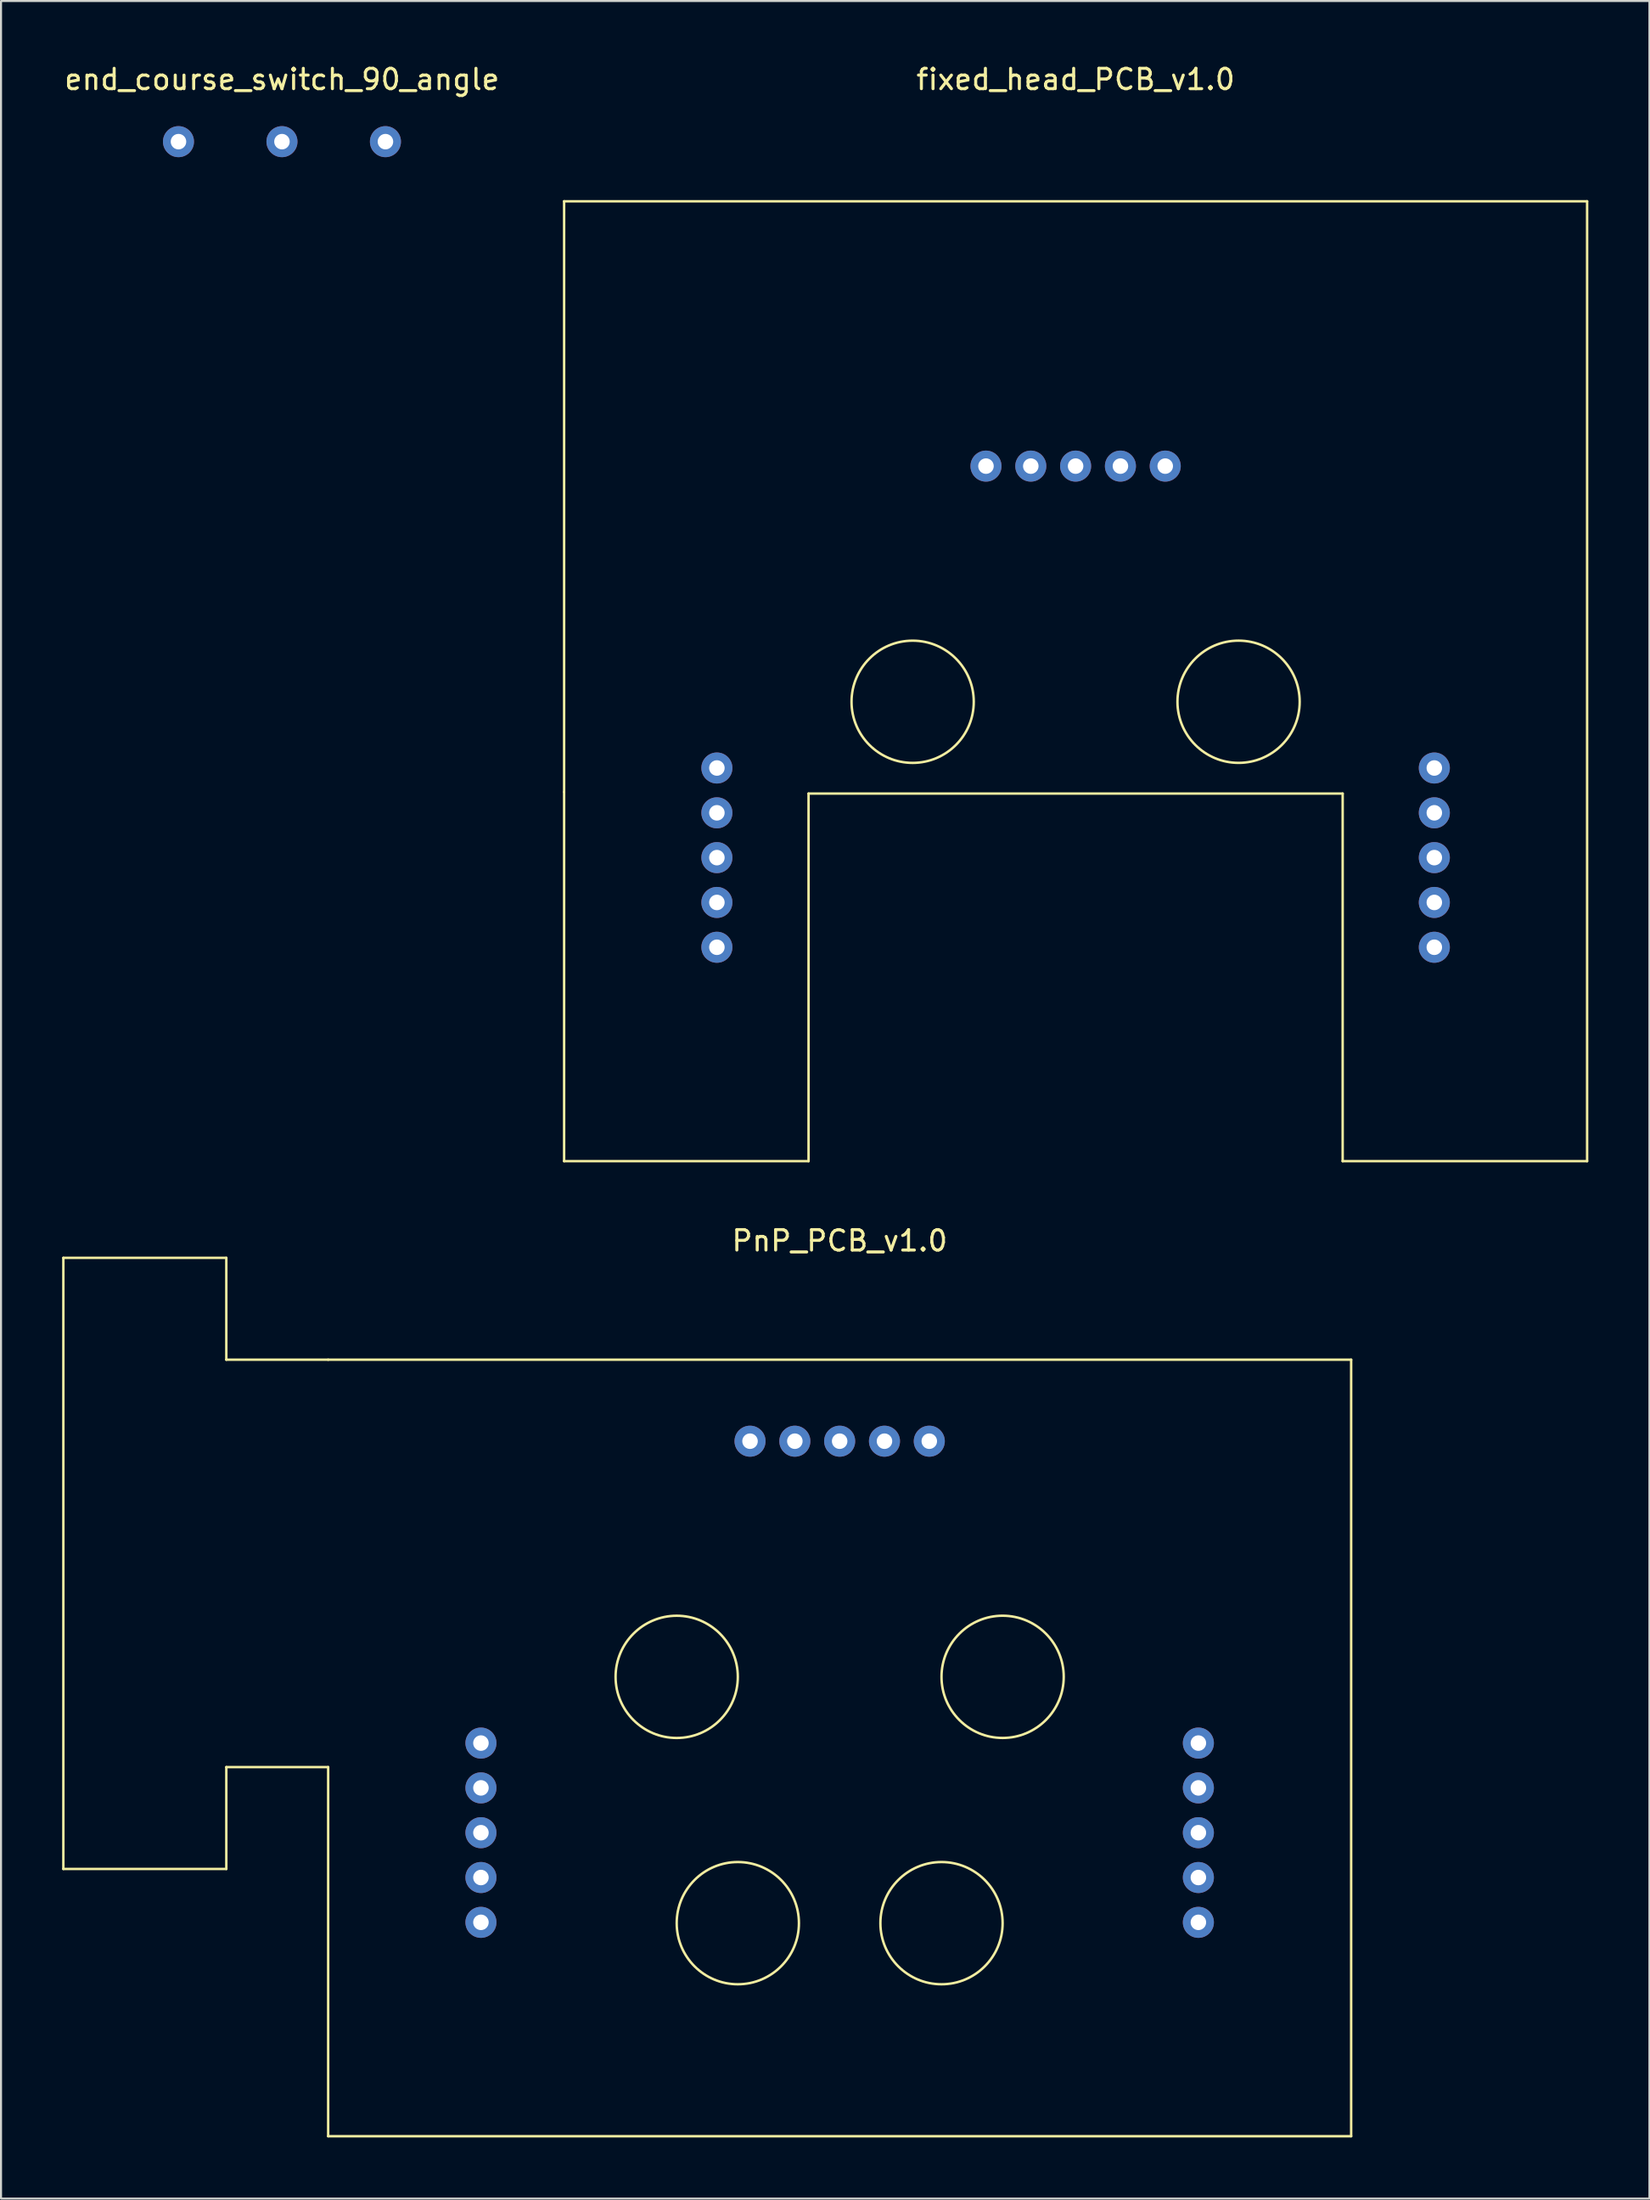
<source format=kicad_pcb>
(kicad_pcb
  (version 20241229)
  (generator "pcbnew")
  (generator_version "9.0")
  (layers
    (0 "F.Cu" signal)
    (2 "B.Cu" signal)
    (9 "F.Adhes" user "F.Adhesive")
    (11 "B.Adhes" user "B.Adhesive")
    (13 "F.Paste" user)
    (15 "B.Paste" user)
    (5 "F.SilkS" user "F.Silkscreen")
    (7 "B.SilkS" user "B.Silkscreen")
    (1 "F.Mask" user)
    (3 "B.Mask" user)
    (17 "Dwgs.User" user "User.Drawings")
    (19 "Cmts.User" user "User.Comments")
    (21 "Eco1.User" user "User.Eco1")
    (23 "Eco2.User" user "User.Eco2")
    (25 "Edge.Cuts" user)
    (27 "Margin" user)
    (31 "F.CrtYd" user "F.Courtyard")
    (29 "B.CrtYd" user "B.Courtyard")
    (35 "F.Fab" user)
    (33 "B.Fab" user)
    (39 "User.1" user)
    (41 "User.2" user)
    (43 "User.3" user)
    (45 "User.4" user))
  (footprint "PnP_PCB_v1.0"
    (layer "F.Cu")
    (at 38.17 82.76)
    (property "Reference" "PnP_PCB_v1.0" (at 0 -24.9 0) (layer "F.SilkS") (effects (font (size 1 1) (thickness 0.15))))
    (attr through_hole)
    (fp_line (start -38.11 -24.06) (end -38.11 5.94) (stroke (width 0.12) (type solid)) (layer "F.SilkS"))
    (fp_line (start -38.11 5.94) (end -30.11 5.94) (stroke (width 0.12) (type solid)) (layer "F.SilkS"))
    (fp_line (start -30.11 -24.06) (end -38.11 -24.06) (stroke (width 0.12) (type solid)) (layer "F.SilkS"))
    (fp_line (start -30.11 -19.06) (end -30.11 -24.06) (stroke (width 0.12) (type solid)) (layer "F.SilkS"))
    (fp_line (start -30.11 5.94) (end -30.11 0.94) (stroke (width 0.12) (type solid)) (layer "F.SilkS"))
    (fp_line (start -25.11 -19.06) (end -30.11 -19.06) (stroke (width 0.12) (type solid)) (layer "F.SilkS"))
    (fp_line (start -25.11 -19.06) (end 25.11 -19.06) (stroke (width 0.12) (type solid)) (layer "F.SilkS"))
    (fp_line (start -25.11 0.94) (end -30.11 0.94) (stroke (width 0.12) (type solid)) (layer "F.SilkS"))
    (fp_line (start -25.11 0.94) (end -25.11 19.06) (stroke (width 0.12) (type solid)) (layer "F.SilkS"))
    (fp_line (start 25.11 -19.06) (end 25.11 19.06) (stroke (width 0.12) (type solid)) (layer "F.SilkS"))
    (fp_line (start 25.11 19.06) (end -25.11 19.06) (stroke (width 0.12) (type solid)) (layer "F.SilkS"))
    (fp_circle (center -8 -3.491) (end -5 -3.491) (stroke (width 0.12) (type solid)) (fill no) (layer "F.SilkS"))
    (fp_circle (center -5 8.6) (end -2 8.6) (stroke (width 0.12) (type solid)) (fill no) (layer "F.SilkS"))
    (fp_circle (center 5 8.6) (end 8 8.6) (stroke (width 0.12) (type solid)) (fill no) (layer "F.SilkS"))
    (fp_circle (center 8 -3.492) (end 11 -3.492) (stroke (width 0.12) (type solid)) (fill no) (layer "F.SilkS"))
    (pad "1" thru_hole circle (at -4.4 -15.06) (size 1.524 1.524) (drill 0.762) (layers "*.Cu" "*.Mask"))
    (pad "2" thru_hole circle (at -2.2 -15.06) (size 1.524 1.524) (drill 0.762) (layers "*.Cu" "*.Mask"))
    (pad "3" thru_hole circle (at 0 -15.06) (size 1.524 1.524) (drill 0.762) (layers "*.Cu" "*.Mask"))
    (pad "4" thru_hole circle (at 2.2 -15.06) (size 1.524 1.524) (drill 0.762) (layers "*.Cu" "*.Mask"))
    (pad "5" thru_hole circle (at 4.4 -15.06) (size 1.524 1.524) (drill 0.762) (layers "*.Cu" "*.Mask"))
    (pad "6" thru_hole circle (at 17.61 -0.24) (size 1.524 1.524) (drill 0.762) (layers "*.Cu" "*.Mask"))
    (pad "7" thru_hole circle (at 17.61 1.96) (size 1.524 1.524) (drill 0.762) (layers "*.Cu" "*.Mask"))
    (pad "8" thru_hole circle (at 17.61 4.16) (size 1.524 1.524) (drill 0.762) (layers "*.Cu" "*.Mask"))
    (pad "9" thru_hole circle (at 17.61 6.36) (size 1.524 1.524) (drill 0.762) (layers "*.Cu" "*.Mask"))
    (pad "10" thru_hole circle (at 17.61 8.56) (size 1.524 1.524) (drill 0.762) (layers "*.Cu" "*.Mask"))
    (pad "11" thru_hole circle (at -17.61 8.56) (size 1.524 1.524) (drill 0.762) (layers "*.Cu" "*.Mask"))
    (pad "12" thru_hole circle (at -17.61 6.36) (size 1.524 1.524) (drill 0.762) (layers "*.Cu" "*.Mask"))
    (pad "13" thru_hole circle (at -17.61 4.16) (size 1.524 1.524) (drill 0.762) (layers "*.Cu" "*.Mask"))
    (pad "14" thru_hole circle (at -17.61 1.96) (size 1.524 1.524) (drill 0.762) (layers "*.Cu" "*.Mask"))
    (pad "15" thru_hole circle (at -17.61 -0.24) (size 1.524 1.524) (drill 0.762) (layers "*.Cu" "*.Mask")))
  (footprint "fixed_head_PCB_v1.0"
    (layer "F.Cu")
    (at 49.753 34.892)
    (property "Reference" "fixed_head_PCB_v1.0" (at 0 -34.044 0) (layer "F.SilkS") (effects (font (size 1 1) (thickness 0.15))))
    (attr through_hole)
    (fp_line (start -25.11 -28.06) (end 25.11 -28.06) (stroke (width 0.12) (type solid)) (layer "F.SilkS"))
    (fp_line (start -25.11 0.94) (end -25.11 -28.06) (stroke (width 0.12) (type solid)) (layer "F.SilkS"))
    (fp_line (start -25.11 0.94) (end -25.11 19.06) (stroke (width 0.12) (type solid)) (layer "F.SilkS"))
    (fp_line (start -25.11 19.06) (end -13.11 19.06) (stroke (width 0.12) (type solid)) (layer "F.SilkS"))
    (fp_line (start -13.11 1.016) (end -13.11 19.06) (stroke (width 0.12) (type solid)) (layer "F.SilkS"))
    (fp_line (start 13.11 1.016) (end -13.11 1.016) (stroke (width 0.12) (type solid)) (layer "F.SilkS"))
    (fp_line (start 13.11 19.06) (end 13.11 1.016) (stroke (width 0.12) (type solid)) (layer "F.SilkS"))
    (fp_line (start 25.11 -28.06) (end 25.11 19.06) (stroke (width 0.12) (type solid)) (layer "F.SilkS"))
    (fp_line (start 25.11 19.06) (end 13.11 19.06) (stroke (width 0.12) (type solid)) (layer "F.SilkS"))
    (fp_circle (center -8 -3.491) (end -5 -3.491) (stroke (width 0.12) (type solid)) (fill no) (layer "F.SilkS"))
    (fp_circle (center 8 -3.492) (end 11 -3.492) (stroke (width 0.12) (type solid)) (fill no) (layer "F.SilkS"))
    (pad "1" thru_hole circle (at -4.4 -15.06) (size 1.524 1.524) (drill 0.762) (layers "*.Cu" "*.Mask"))
    (pad "2" thru_hole circle (at -2.2 -15.06) (size 1.524 1.524) (drill 0.762) (layers "*.Cu" "*.Mask"))
    (pad "3" thru_hole circle (at 0 -15.06) (size 1.524 1.524) (drill 0.762) (layers "*.Cu" "*.Mask"))
    (pad "4" thru_hole circle (at 2.2 -15.06) (size 1.524 1.524) (drill 0.762) (layers "*.Cu" "*.Mask"))
    (pad "5" thru_hole circle (at 4.4 -15.06) (size 1.524 1.524) (drill 0.762) (layers "*.Cu" "*.Mask"))
    (pad "6" thru_hole circle (at 17.61 -0.24) (size 1.524 1.524) (drill 0.762) (layers "*.Cu" "*.Mask"))
    (pad "7" thru_hole circle (at 17.61 1.96) (size 1.524 1.524) (drill 0.762) (layers "*.Cu" "*.Mask"))
    (pad "8" thru_hole circle (at 17.61 4.16) (size 1.524 1.524) (drill 0.762) (layers "*.Cu" "*.Mask"))
    (pad "9" thru_hole circle (at 17.61 6.36) (size 1.524 1.524) (drill 0.762) (layers "*.Cu" "*.Mask"))
    (pad "10" thru_hole circle (at 17.61 8.56) (size 1.524 1.524) (drill 0.762) (layers "*.Cu" "*.Mask"))
    (pad "11" thru_hole circle (at -17.61 8.56) (size 1.524 1.524) (drill 0.762) (layers "*.Cu" "*.Mask"))
    (pad "12" thru_hole circle (at -17.61 6.36) (size 1.524 1.524) (drill 0.762) (layers "*.Cu" "*.Mask"))
    (pad "13" thru_hole circle (at -17.61 4.16) (size 1.524 1.524) (drill 0.762) (layers "*.Cu" "*.Mask"))
    (pad "14" thru_hole circle (at -17.61 1.96) (size 1.524 1.524) (drill 0.762) (layers "*.Cu" "*.Mask"))
    (pad "15" thru_hole circle (at -17.61 -0.24) (size 1.524 1.524) (drill 0.762) (layers "*.Cu" "*.Mask")))
  (footprint "end_course_switch_90_angle"
    (layer "F.Cu")
    (at 10.792 0.348)
    (property "Reference" "end_course_switch_90_angle" (at 0 0.5 0) (layer "F.SilkS") (effects (font (size 1 1) (thickness 0.15))))
    (attr through_hole)
    (pad "1" thru_hole circle (at 5.08 3.556) (size 1.524 1.524) (drill 0.762) (layers "*.Cu" "*.Mask"))
    (pad "2" thru_hole circle (at 0 3.556) (size 1.524 1.524) (drill 0.762) (layers "*.Cu" "*.Mask"))
    (pad "3" thru_hole circle (at -5.08 3.556) (size 1.524 1.524) (drill 0.762) (layers "*.Cu" "*.Mask")))
  (gr_rect
    (start -3 -3)
    (end 77.923 104.88)
    (stroke (width 0.1) (type default))
    (fill no)
    (layer "Edge.Cuts")))
</source>
